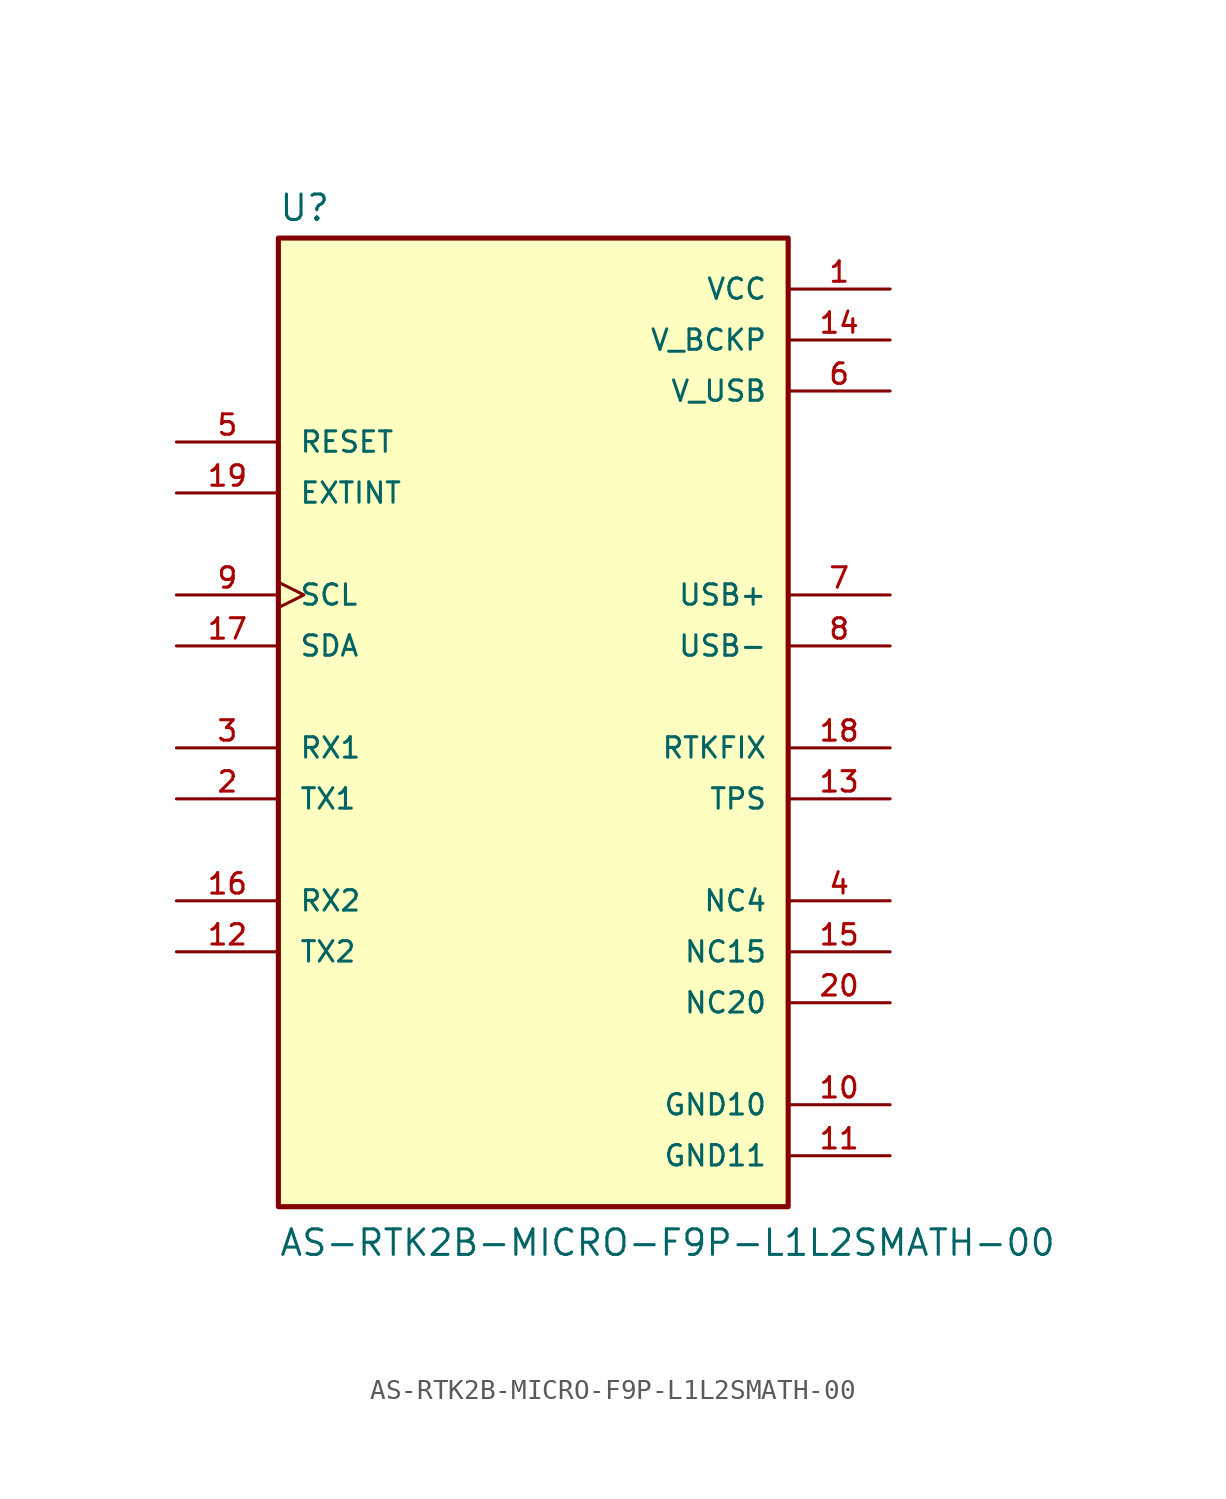
<source format=kicad_sym>
(kicad_symbol_lib
  (version 20211014)
  (generator kicad_symbol_editor)
  (symbol "AS-RTK2B-MICRO-F9P-L1L2SMATH-00"
    (pin_names
      (offset 1.016))
    (property "Reference" "U"
      (at -12.7 23.622 0)
      (effects (font (size 1.27 1.27)) (justify left bottom)))
    (property "Value" "AS-RTK2B-MICRO-F9P-L1L2SMATH-00"
      (at -12.7 -27.94 0)
      (effects (font (size 1.27 1.27)) (justify left bottom)))
    (symbol "AS-RTK2B-MICRO-F9P-L1L2SMATH-00_0_0"
      (rectangle (start -12.7 -25.4) (end 12.7 22.86) (stroke (width 0.254) (type default) (color 0 0 0 0)) (fill (type background)))
      (pin power_in line (at 17.78 20.32 180) (length 5.08) (name "VCC" (effects (font (size 1.016 1.016)))) (number "1" (effects (font (size 1.016 1.016)))))
      (pin power_in line (at 17.78 -20.32 180) (length 5.08) (name "GND10" (effects (font (size 1.016 1.016)))) (number "10" (effects (font (size 1.016 1.016)))))
      (pin power_in line (at 17.78 -22.86 180) (length 5.08) (name "GND11" (effects (font (size 1.016 1.016)))) (number "11" (effects (font (size 1.016 1.016)))))
      (pin output line (at -17.78 -12.7 0) (length 5.08) (name "TX2" (effects (font (size 1.016 1.016)))) (number "12" (effects (font (size 1.016 1.016)))))
      (pin output line (at 17.78 -5.08 180) (length 5.08) (name "TPS" (effects (font (size 1.016 1.016)))) (number "13" (effects (font (size 1.016 1.016)))))
      (pin power_in line (at 17.78 17.78 180) (length 5.08) (name "V_BCKP" (effects (font (size 1.016 1.016)))) (number "14" (effects (font (size 1.016 1.016)))))
      (pin passive line (at 17.78 -12.7 180) (length 5.08) (name "NC15" (effects (font (size 1.016 1.016)))) (number "15" (effects (font (size 1.016 1.016)))))
      (pin input line (at -17.78 -10.16 0) (length 5.08) (name "RX2" (effects (font (size 1.016 1.016)))) (number "16" (effects (font (size 1.016 1.016)))))
      (pin bidirectional line (at -17.78 2.54 0) (length 5.08) (name "SDA" (effects (font (size 1.016 1.016)))) (number "17" (effects (font (size 1.016 1.016)))))
      (pin output line (at 17.78 -2.54 180) (length 5.08) (name "RTKFIX" (effects (font (size 1.016 1.016)))) (number "18" (effects (font (size 1.016 1.016)))))
      (pin input line (at -17.78 10.16 0) (length 5.08) (name "EXTINT" (effects (font (size 1.016 1.016)))) (number "19" (effects (font (size 1.016 1.016)))))
      (pin output line (at -17.78 -5.08 0) (length 5.08) (name "TX1" (effects (font (size 1.016 1.016)))) (number "2" (effects (font (size 1.016 1.016)))))
      (pin passive line (at 17.78 -15.24 180) (length 5.08) (name "NC20" (effects (font (size 1.016 1.016)))) (number "20" (effects (font (size 1.016 1.016)))))
      (pin input line (at -17.78 -2.54 0) (length 5.08) (name "RX1" (effects (font (size 1.016 1.016)))) (number "3" (effects (font (size 1.016 1.016)))))
      (pin passive line (at 17.78 -10.16 180) (length 5.08) (name "NC4" (effects (font (size 1.016 1.016)))) (number "4" (effects (font (size 1.016 1.016)))))
      (pin input line (at -17.78 12.7 0) (length 5.08) (name "RESET" (effects (font (size 1.016 1.016)))) (number "5" (effects (font (size 1.016 1.016)))))
      (pin power_in line (at 17.78 15.24 180) (length 5.08) (name "V_USB" (effects (font (size 1.016 1.016)))) (number "6" (effects (font (size 1.016 1.016)))))
      (pin bidirectional line (at 17.78 5.08 180) (length 5.08) (name "USB+" (effects (font (size 1.016 1.016)))) (number "7" (effects (font (size 1.016 1.016)))))
      (pin bidirectional line (at 17.78 2.54 180) (length 5.08) (name "USB-" (effects (font (size 1.016 1.016)))) (number "8" (effects (font (size 1.016 1.016)))))
      (pin input clock (at -17.78 5.08 0) (length 5.08) (name "SCL" (effects (font (size 1.016 1.016)))) (number "9" (effects (font (size 1.016 1.016))))))))
</source>
